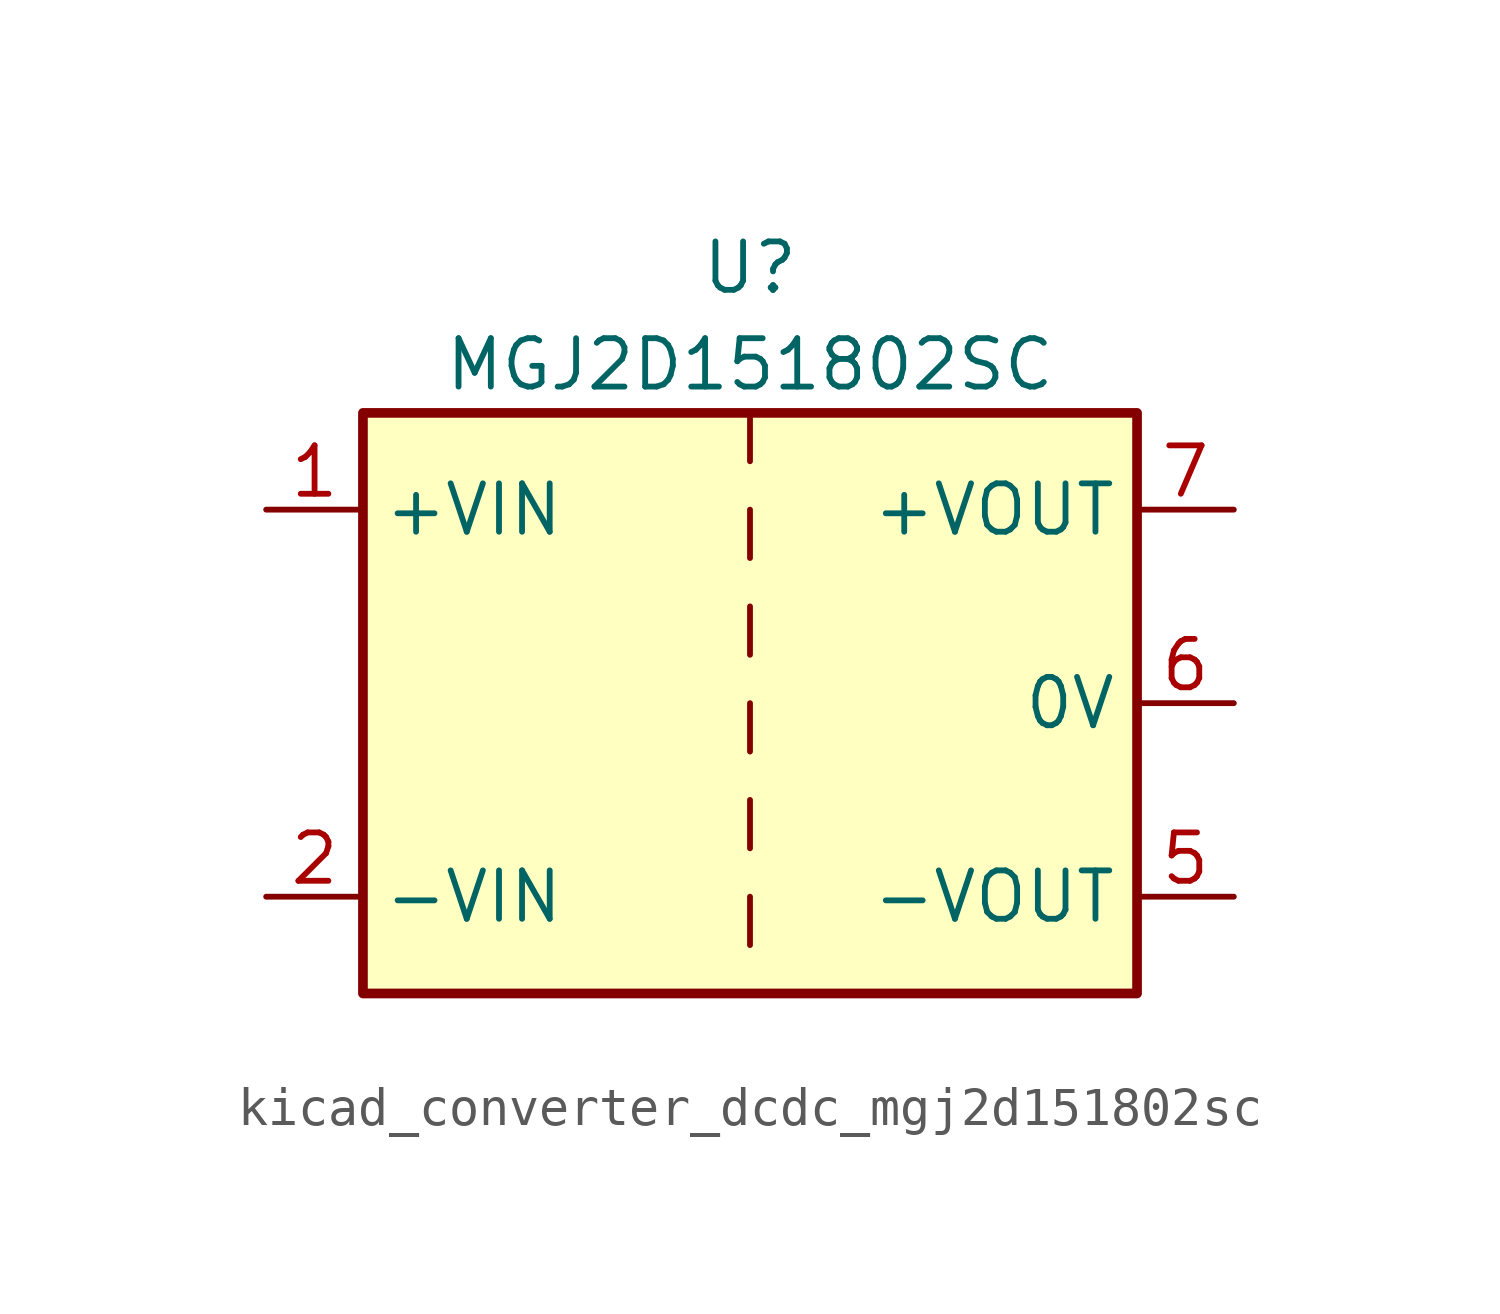
<source format=kicad_sym>
(kicad_symbol_lib
  (version 20220914)
  (generator kicad_symbol_editor)
  (symbol "kicad_converter_dcdc_mgj2d151802sc"
    (property "Reference" "U"
      (at 0 11.43 0)
      (effects (font (size 1.27 1.27))))
    (property "Value" "MGJ2D151802SC"
      (at 0 8.89 0)
      (effects (font (size 1.27 1.27))))
    (symbol "kicad_converter_dcdc_mgj2d151802sc_0_1"
      (rectangle (start -10.16 7.62) (end 10.16 -7.62) (stroke (width 0.254) (type default)) (fill (type background)))
      (polyline (pts (xy 0 -5.08) (xy 0 -6.35)) (stroke (width 0) (type default)) (fill (type none)))
      (polyline (pts (xy 0 -2.54) (xy 0 -3.81)) (stroke (width 0) (type default)) (fill (type none)))
      (polyline (pts (xy 0 0) (xy 0 -1.27)) (stroke (width 0) (type default)) (fill (type none)))
      (polyline (pts (xy 0 2.54) (xy 0 1.27)) (stroke (width 0) (type default)) (fill (type none)))
      (polyline (pts (xy 0 5.08) (xy 0 3.81)) (stroke (width 0) (type default)) (fill (type none)))
      (polyline (pts (xy 0 7.62) (xy 0 6.35)) (stroke (width 0) (type default)) (fill (type none))))
    (symbol "kicad_converter_dcdc_mgj2d151802sc_1_1"
      (pin power_in line (at -12.7 5.08 0) (length 2.54) (name "+VIN" (effects (font (size 1.27 1.27)))) (number "1" (effects (font (size 1.27 1.27)))))
      (pin power_in line (at -12.7 -5.08 0) (length 2.54) (name "-VIN" (effects (font (size 1.27 1.27)))) (number "2" (effects (font (size 1.27 1.27)))))
      (pin power_out line (at 12.7 -5.08 180) (length 2.54) (name "-VOUT" (effects (font (size 1.27 1.27)))) (number "5" (effects (font (size 1.27 1.27)))))
      (pin power_out line (at 12.7 0 180) (length 2.54) (name "0V" (effects (font (size 1.27 1.27)))) (number "6" (effects (font (size 1.27 1.27)))))
      (pin power_out line (at 12.7 5.08 180) (length 2.54) (name "+VOUT" (effects (font (size 1.27 1.27)))) (number "7" (effects (font (size 1.27 1.27))))))))
</source>
